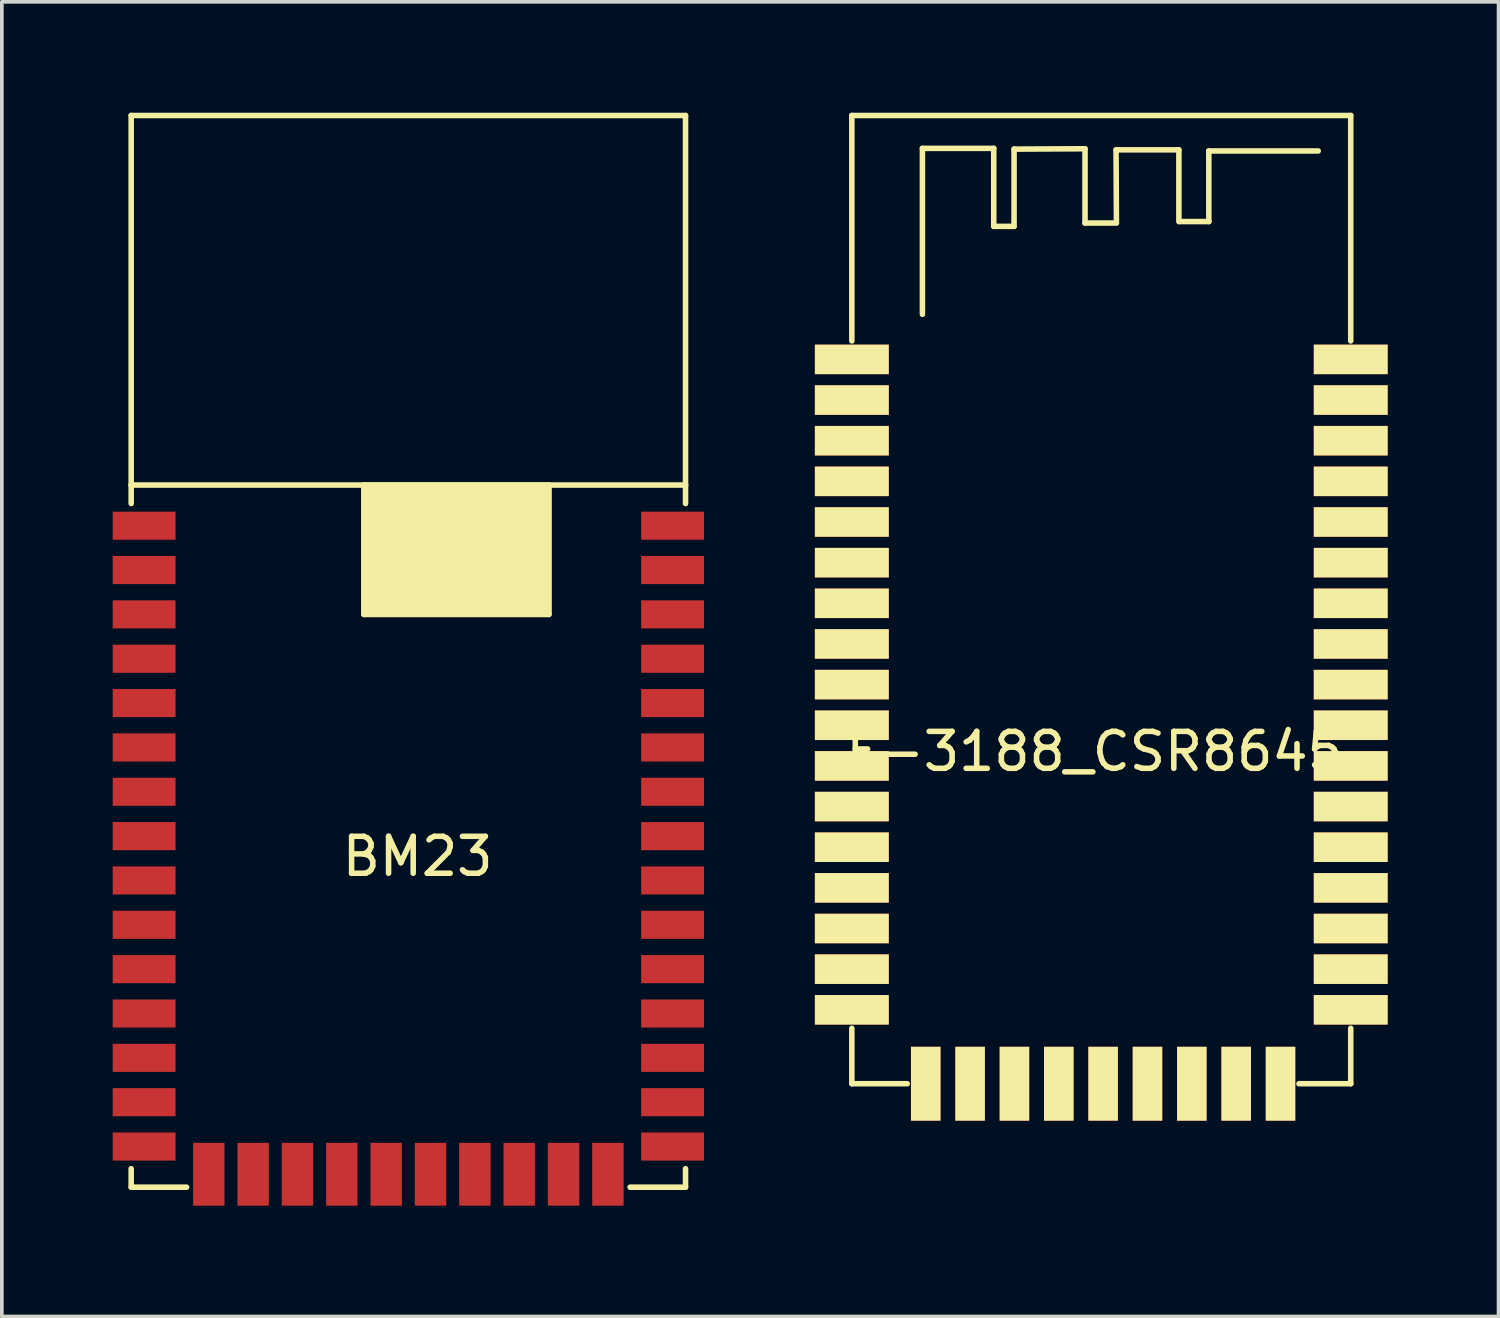
<source format=kicad_pcb>
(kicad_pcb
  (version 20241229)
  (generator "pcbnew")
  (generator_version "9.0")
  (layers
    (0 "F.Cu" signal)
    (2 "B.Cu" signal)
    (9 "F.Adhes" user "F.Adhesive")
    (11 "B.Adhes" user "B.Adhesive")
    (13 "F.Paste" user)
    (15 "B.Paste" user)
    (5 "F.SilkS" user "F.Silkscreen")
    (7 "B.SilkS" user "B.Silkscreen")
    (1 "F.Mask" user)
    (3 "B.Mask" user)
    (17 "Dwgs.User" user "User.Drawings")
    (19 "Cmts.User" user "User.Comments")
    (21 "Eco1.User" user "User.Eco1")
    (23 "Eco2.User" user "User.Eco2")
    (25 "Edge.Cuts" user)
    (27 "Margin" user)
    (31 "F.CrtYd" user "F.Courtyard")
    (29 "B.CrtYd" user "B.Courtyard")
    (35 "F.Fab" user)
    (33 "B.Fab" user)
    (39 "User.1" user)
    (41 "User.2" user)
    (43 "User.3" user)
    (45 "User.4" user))
  (footprint "BM23"
    (layer "F.Cu")
    (at 0.5 29.075)
    (property "Reference" "BM23" (at 7.75 -8.95 0) (layer "F.SilkS") (effects (font (size 1 1) (thickness 0.15))))
    (attr through_hole)
    (fp_line (start 0 -29) (end 0 -19) (stroke (width 0.15) (type solid)) (layer "F.SilkS"))
    (fp_line (start 0 -19) (end 15 -19) (stroke (width 0.15) (type solid)) (layer "F.SilkS"))
    (fp_line (start 0 -18.5) (end 0 -19) (stroke (width 0.15) (type solid)) (layer "F.SilkS"))
    (fp_line (start 0 -0.5) (end 0 0) (stroke (width 0.15) (type solid)) (layer "F.SilkS"))
    (fp_line (start 0 0) (end 1.5 0) (stroke (width 0.15) (type solid)) (layer "F.SilkS"))
    (fp_line (start 6.3 -19) (end 6.3 -15.5) (stroke (width 0.15) (type solid)) (layer "F.SilkS"))
    (fp_line (start 6.3 -15.5) (end 11.3 -15.5) (stroke (width 0.15) (type solid)) (layer "F.SilkS"))
    (fp_line (start 11.3 -15.5) (end 11.3 -19) (stroke (width 0.15) (type solid)) (layer "F.SilkS"))
    (fp_line (start 15 -29) (end 0 -29) (stroke (width 0.15) (type solid)) (layer "F.SilkS"))
    (fp_line (start 15 -19) (end 15 -29) (stroke (width 0.15) (type solid)) (layer "F.SilkS"))
    (fp_line (start 15 -19) (end 15 -18.5) (stroke (width 0.15) (type solid)) (layer "F.SilkS"))
    (fp_line (start 15 -0.5) (end 15 0) (stroke (width 0.15) (type solid)) (layer "F.SilkS"))
    (fp_line (start 15 0) (end 13.5 0) (stroke (width 0.15) (type solid)) (layer "F.SilkS"))
    (fp_poly (pts (xy 6.3 -19) (xy 11.3 -19) (xy 11.3 -15.5) (xy 6.3 -15.5)) (stroke (width 0.15) (type solid)) (fill yes) (layer "F.SilkS"))
    (pad "1" smd trapezoid (at 0.35 -17.9 90) (size 0.76 1.7) (layers "F.Cu" "F.Mask" "F.Paste"))
    (pad "2" smd trapezoid (at 0.35 -16.7 90) (size 0.76 1.7) (layers "F.Cu" "F.Mask" "F.Paste"))
    (pad "3" smd trapezoid (at 0.35 -15.5 90) (size 0.76 1.7) (layers "F.Cu" "F.Mask" "F.Paste"))
    (pad "4" smd trapezoid (at 0.35 -14.3 90) (size 0.76 1.7) (layers "F.Cu" "F.Mask" "F.Paste"))
    (pad "5" smd trapezoid (at 0.35 -13.1 90) (size 0.76 1.7) (layers "F.Cu" "F.Mask" "F.Paste"))
    (pad "6" smd trapezoid (at 0.35 -11.9 90) (size 0.76 1.7) (layers "F.Cu" "F.Mask" "F.Paste"))
    (pad "7" smd trapezoid (at 0.35 -10.7 90) (size 0.76 1.7) (layers "F.Cu" "F.Mask" "F.Paste"))
    (pad "8" smd trapezoid (at 0.35 -9.5 90) (size 0.76 1.7) (layers "F.Cu" "F.Mask" "F.Paste"))
    (pad "9" smd trapezoid (at 0.35 -8.3 90) (size 0.76 1.7) (layers "F.Cu" "F.Mask" "F.Paste"))
    (pad "10" smd trapezoid (at 0.35 -7.1 90) (size 0.76 1.7) (layers "F.Cu" "F.Mask" "F.Paste"))
    (pad "11" smd trapezoid (at 0.35 -5.9 90) (size 0.76 1.7) (layers "F.Cu" "F.Mask" "F.Paste"))
    (pad "12" smd trapezoid (at 0.35 -4.7 90) (size 0.76 1.7) (layers "F.Cu" "F.Mask" "F.Paste"))
    (pad "13" smd trapezoid (at 0.35 -3.5 90) (size 0.76 1.7) (layers "F.Cu" "F.Mask" "F.Paste"))
    (pad "14" smd trapezoid (at 0.35 -2.3 90) (size 0.76 1.7) (layers "F.Cu" "F.Mask" "F.Paste"))
    (pad "15" smd trapezoid (at 0.35 -1.1 90) (size 0.76 1.7) (layers "F.Cu" "F.Mask" "F.Paste"))
    (pad "16" smd trapezoid (at 2.1 -0.35) (size 0.85 1.7) (layers "F.Cu" "F.Mask" "F.Paste"))
    (pad "17" smd trapezoid (at 3.3 -0.35) (size 0.85 1.7) (layers "F.Cu" "F.Mask" "F.Paste"))
    (pad "18" smd trapezoid (at 4.5 -0.35) (size 0.85 1.7) (layers "F.Cu" "F.Mask" "F.Paste"))
    (pad "19" smd trapezoid (at 5.7 -0.35) (size 0.85 1.7) (layers "F.Cu" "F.Mask" "F.Paste"))
    (pad "20" smd trapezoid (at 6.9 -0.35) (size 0.85 1.7) (layers "F.Cu" "F.Mask" "F.Paste"))
    (pad "21" smd trapezoid (at 8.1 -0.35) (size 0.85 1.7) (layers "F.Cu" "F.Mask" "F.Paste"))
    (pad "22" smd trapezoid (at 9.3 -0.35) (size 0.85 1.7) (layers "F.Cu" "F.Mask" "F.Paste"))
    (pad "23" smd trapezoid (at 10.5 -0.35) (size 0.85 1.7) (layers "F.Cu" "F.Mask" "F.Paste"))
    (pad "24" smd trapezoid (at 11.7 -0.35) (size 0.85 1.7) (layers "F.Cu" "F.Mask" "F.Paste"))
    (pad "25" smd trapezoid (at 12.9 -0.35) (size 0.85 1.7) (layers "F.Cu" "F.Mask" "F.Paste"))
    (pad "26" smd trapezoid (at 14.65 -1.1 90) (size 0.76 1.7) (layers "F.Cu" "F.Mask" "F.Paste"))
    (pad "27" smd trapezoid (at 14.65 -2.3 90) (size 0.76 1.7) (layers "F.Cu" "F.Mask" "F.Paste"))
    (pad "28" smd trapezoid (at 14.65 -3.5 90) (size 0.76 1.7) (layers "F.Cu" "F.Mask" "F.Paste"))
    (pad "29" smd trapezoid (at 14.65 -4.7 90) (size 0.76 1.7) (layers "F.Cu" "F.Mask" "F.Paste"))
    (pad "30" smd trapezoid (at 14.65 -5.9 90) (size 0.76 1.7) (layers "F.Cu" "F.Mask" "F.Paste"))
    (pad "31" smd trapezoid (at 14.65 -7.1 90) (size 0.76 1.7) (layers "F.Cu" "F.Mask" "F.Paste"))
    (pad "32" smd trapezoid (at 14.65 -8.3 90) (size 0.76 1.7) (layers "F.Cu" "F.Mask" "F.Paste"))
    (pad "33" smd trapezoid (at 14.65 -9.5 90) (size 0.76 1.7) (layers "F.Cu" "F.Mask" "F.Paste"))
    (pad "34" smd trapezoid (at 14.65 -10.7 90) (size 0.76 1.7) (layers "F.Cu" "F.Mask" "F.Paste"))
    (pad "35" smd trapezoid (at 14.65 -11.9 90) (size 0.76 1.7) (layers "F.Cu" "F.Mask" "F.Paste"))
    (pad "36" smd trapezoid (at 14.65 -13.1 90) (size 0.76 1.7) (layers "F.Cu" "F.Mask" "F.Paste"))
    (pad "37" smd trapezoid (at 14.65 -14.3 90) (size 0.76 1.7) (layers "F.Cu" "F.Mask" "F.Paste"))
    (pad "38" smd trapezoid (at 14.65 -15.5 90) (size 0.76 1.7) (layers "F.Cu" "F.Mask" "F.Paste"))
    (pad "39" smd trapezoid (at 14.65 -16.7 90) (size 0.76 1.7) (layers "F.Cu" "F.Mask" "F.Paste"))
    (pad "40" smd trapezoid (at 14.65 -17.9 90) (size 0.76 1.7) (layers "F.Cu" "F.Mask" "F.Paste")))
  (footprint "F-3188_CSR8645"
    (layer "F.Cu")
    (at 20 26.275)
    (property "Reference" "F-3188_CSR8645" (at 6.57 -8.99 0) (layer "F.SilkS") (effects (font (size 1 1) (thickness 0.15))))
    (attr through_hole)
    (fp_line (start 0 -26.2) (end 0 -20.1) (stroke (width 0.15) (type solid)) (layer "F.SilkS"))
    (fp_line (start 0 -1.5) (end 0 0) (stroke (width 0.15) (type solid)) (layer "F.SilkS"))
    (fp_line (start 0 0) (end 1.5 0) (stroke (width 0.15) (type solid)) (layer "F.SilkS"))
    (fp_line (start 1.91 -25.31) (end 3.84 -25.31) (stroke (width 0.15) (type solid)) (layer "F.SilkS"))
    (fp_line (start 1.91 -20.82) (end 1.91 -25.31) (stroke (width 0.15) (type solid)) (layer "F.SilkS"))
    (fp_line (start 3.84 -25.31) (end 3.84 -23.2) (stroke (width 0.15) (type solid)) (layer "F.SilkS"))
    (fp_line (start 3.84 -23.2) (end 4.39 -23.2) (stroke (width 0.15) (type solid)) (layer "F.SilkS"))
    (fp_line (start 4.39 -25.29) (end 6.31 -25.3) (stroke (width 0.15) (type solid)) (layer "F.SilkS"))
    (fp_line (start 4.39 -23.2) (end 4.39 -25.29) (stroke (width 0.15) (type solid)) (layer "F.SilkS"))
    (fp_line (start 6.31 -25.3) (end 6.31 -23.29) (stroke (width 0.15) (type solid)) (layer "F.SilkS"))
    (fp_line (start 6.31 -23.29) (end 7.16 -23.29) (stroke (width 0.15) (type solid)) (layer "F.SilkS"))
    (fp_line (start 7.15 -25.27) (end 8.85 -25.27) (stroke (width 0.15) (type solid)) (layer "F.SilkS"))
    (fp_line (start 7.16 -23.3) (end 7.15 -25.27) (stroke (width 0.15) (type solid)) (layer "F.SilkS"))
    (fp_line (start 8.85 -25.27) (end 8.85 -23.33) (stroke (width 0.15) (type solid)) (layer "F.SilkS"))
    (fp_line (start 8.87 -23.33) (end 9.66 -23.33) (stroke (width 0.15) (type solid)) (layer "F.SilkS"))
    (fp_line (start 9.66 -25.24) (end 12.62 -25.24) (stroke (width 0.15) (type solid)) (layer "F.SilkS"))
    (fp_line (start 9.66 -23.33) (end 9.66 -25.24) (stroke (width 0.15) (type solid)) (layer "F.SilkS"))
    (fp_line (start 13.5 -26.2) (end 0 -26.2) (stroke (width 0.15) (type solid)) (layer "F.SilkS"))
    (fp_line (start 13.5 -20.1) (end 13.5 -26.2) (stroke (width 0.15) (type solid)) (layer "F.SilkS"))
    (fp_line (start 13.5 -1.5) (end 13.5 0) (stroke (width 0.15) (type solid)) (layer "F.SilkS"))
    (fp_line (start 13.5 0) (end 12.1 0) (stroke (width 0.15) (type solid)) (layer "F.SilkS"))
    (pad "1" smd rect (at 0 -19.6) (size 2 0.8) (layers "F.Cu" "F.Mask" "F.SilkS" "F.Paste"))
    (pad "2" smd rect (at 0 -18.5) (size 2 0.8) (layers "F.Cu" "F.Mask" "F.SilkS" "F.Paste"))
    (pad "3" smd rect (at 0 -17.4) (size 2 0.8) (layers "F.Cu" "F.Mask" "F.SilkS" "F.Paste"))
    (pad "4" smd rect (at 0 -16.3) (size 2 0.8) (layers "F.Cu" "F.Mask" "F.SilkS" "F.Paste"))
    (pad "5" smd rect (at 0 -15.2) (size 2 0.8) (layers "F.Cu" "F.Mask" "F.SilkS" "F.Paste"))
    (pad "6" smd rect (at 0 -14.1) (size 2 0.8) (layers "F.Cu" "F.Mask" "F.SilkS" "F.Paste"))
    (pad "7" smd rect (at 0 -13) (size 2 0.8) (layers "F.Cu" "F.Mask" "F.SilkS" "F.Paste"))
    (pad "8" smd rect (at 0 -11.9) (size 2 0.8) (layers "F.Cu" "F.Mask" "F.SilkS" "F.Paste"))
    (pad "9" smd rect (at 0 -10.8) (size 2 0.8) (layers "F.Cu" "F.Mask" "F.SilkS" "F.Paste"))
    (pad "10" smd rect (at 0 -9.7) (size 2 0.8) (layers "F.Cu" "F.Mask" "F.SilkS" "F.Paste"))
    (pad "11" smd rect (at 0 -8.6) (size 2 0.8) (layers "F.Cu" "F.Mask" "F.SilkS" "F.Paste"))
    (pad "12" smd rect (at 0 -7.5) (size 2 0.8) (layers "F.Cu" "F.Mask" "F.SilkS" "F.Paste"))
    (pad "13" smd rect (at 0 -6.4) (size 2 0.8) (layers "F.Cu" "F.Mask" "F.SilkS" "F.Paste"))
    (pad "14" smd rect (at 0 -5.3) (size 2 0.8) (layers "F.Cu" "F.Mask" "F.SilkS" "F.Paste"))
    (pad "15" smd rect (at 0 -4.2) (size 2 0.8) (layers "F.Cu" "F.Mask" "F.SilkS" "F.Paste"))
    (pad "16" smd rect (at 0 -3.1) (size 2 0.8) (layers "F.Cu" "F.Mask" "F.SilkS" "F.Paste"))
    (pad "17" smd rect (at 0 -2) (size 2 0.8) (layers "F.Cu" "F.Mask" "F.SilkS" "F.Paste"))
    (pad "18" smd rect (at 2 0) (size 0.8 2) (layers "F.Cu" "F.Mask" "F.SilkS" "F.Paste"))
    (pad "19" smd rect (at 3.2 0) (size 0.8 2) (layers "F.Cu" "F.Mask" "F.SilkS" "F.Paste"))
    (pad "20" smd rect (at 4.4 0) (size 0.8 2) (layers "F.Cu" "F.Mask" "F.SilkS" "F.Paste"))
    (pad "21" smd rect (at 5.6 0) (size 0.8 2) (layers "F.Cu" "F.Mask" "F.SilkS" "F.Paste"))
    (pad "22" smd rect (at 6.8 0) (size 0.8 2) (layers "F.Cu" "F.Mask" "F.SilkS" "F.Paste"))
    (pad "23" smd rect (at 8 0) (size 0.8 2) (layers "F.Cu" "F.Mask" "F.SilkS" "F.Paste"))
    (pad "24" smd rect (at 9.2 0) (size 0.8 2) (layers "F.Cu" "F.Mask" "F.SilkS" "F.Paste"))
    (pad "25" smd rect (at 10.4 0) (size 0.8 2) (layers "F.Cu" "F.Mask" "F.SilkS" "F.Paste"))
    (pad "26" smd rect (at 11.6 0) (size 0.8 2) (layers "F.Cu" "F.Mask" "F.SilkS" "F.Paste"))
    (pad "27" smd rect (at 13.5 -2) (size 2 0.8) (layers "F.Cu" "F.Mask" "F.SilkS" "F.Paste"))
    (pad "28" smd rect (at 13.5 -3.1) (size 2 0.8) (layers "F.Cu" "F.Mask" "F.SilkS" "F.Paste"))
    (pad "29" smd rect (at 13.5 -4.2) (size 2 0.8) (layers "F.Cu" "F.Mask" "F.SilkS" "F.Paste"))
    (pad "30" smd rect (at 13.5 -5.3) (size 2 0.8) (layers "F.Cu" "F.Mask" "F.SilkS" "F.Paste"))
    (pad "31" smd rect (at 13.5 -6.4) (size 2 0.8) (layers "F.Cu" "F.Mask" "F.SilkS" "F.Paste"))
    (pad "32" smd rect (at 13.5 -7.5) (size 2 0.8) (layers "F.Cu" "F.Mask" "F.SilkS" "F.Paste"))
    (pad "33" smd rect (at 13.5 -8.6) (size 2 0.8) (layers "F.Cu" "F.Mask" "F.SilkS" "F.Paste"))
    (pad "34" smd rect (at 13.5 -9.7) (size 2 0.8) (layers "F.Cu" "F.Mask" "F.SilkS" "F.Paste"))
    (pad "35" smd rect (at 13.5 -10.8) (size 2 0.8) (layers "F.Cu" "F.Mask" "F.SilkS" "F.Paste"))
    (pad "36" smd rect (at 13.5 -11.9) (size 2 0.8) (layers "F.Cu" "F.Mask" "F.SilkS" "F.Paste"))
    (pad "37" smd rect (at 13.5 -13) (size 2 0.8) (layers "F.Cu" "F.Mask" "F.SilkS" "F.Paste"))
    (pad "38" smd rect (at 13.5 -14.1) (size 2 0.8) (layers "F.Cu" "F.Mask" "F.SilkS" "F.Paste"))
    (pad "39" smd rect (at 13.5 -15.2) (size 2 0.8) (layers "F.Cu" "F.Mask" "F.SilkS" "F.Paste"))
    (pad "40" smd rect (at 13.5 -16.3) (size 2 0.8) (layers "F.Cu" "F.Mask" "F.SilkS" "F.Paste"))
    (pad "41" smd rect (at 13.5 -17.4) (size 2 0.8) (layers "F.Cu" "F.Mask" "F.SilkS" "F.Paste"))
    (pad "42" smd rect (at 13.5 -18.5) (size 2 0.8) (layers "F.Cu" "F.Mask" "F.SilkS" "F.Paste"))
    (pad "43" smd rect (at 13.5 -19.6) (size 2 0.8) (layers "F.Cu" "F.Mask" "F.SilkS" "F.Paste")))
  (gr_rect
    (start -3 -3)
    (end 37.5 32.575)
    (stroke (width 0.1) (type default))
    (fill no)
    (layer "Edge.Cuts")))
</source>
